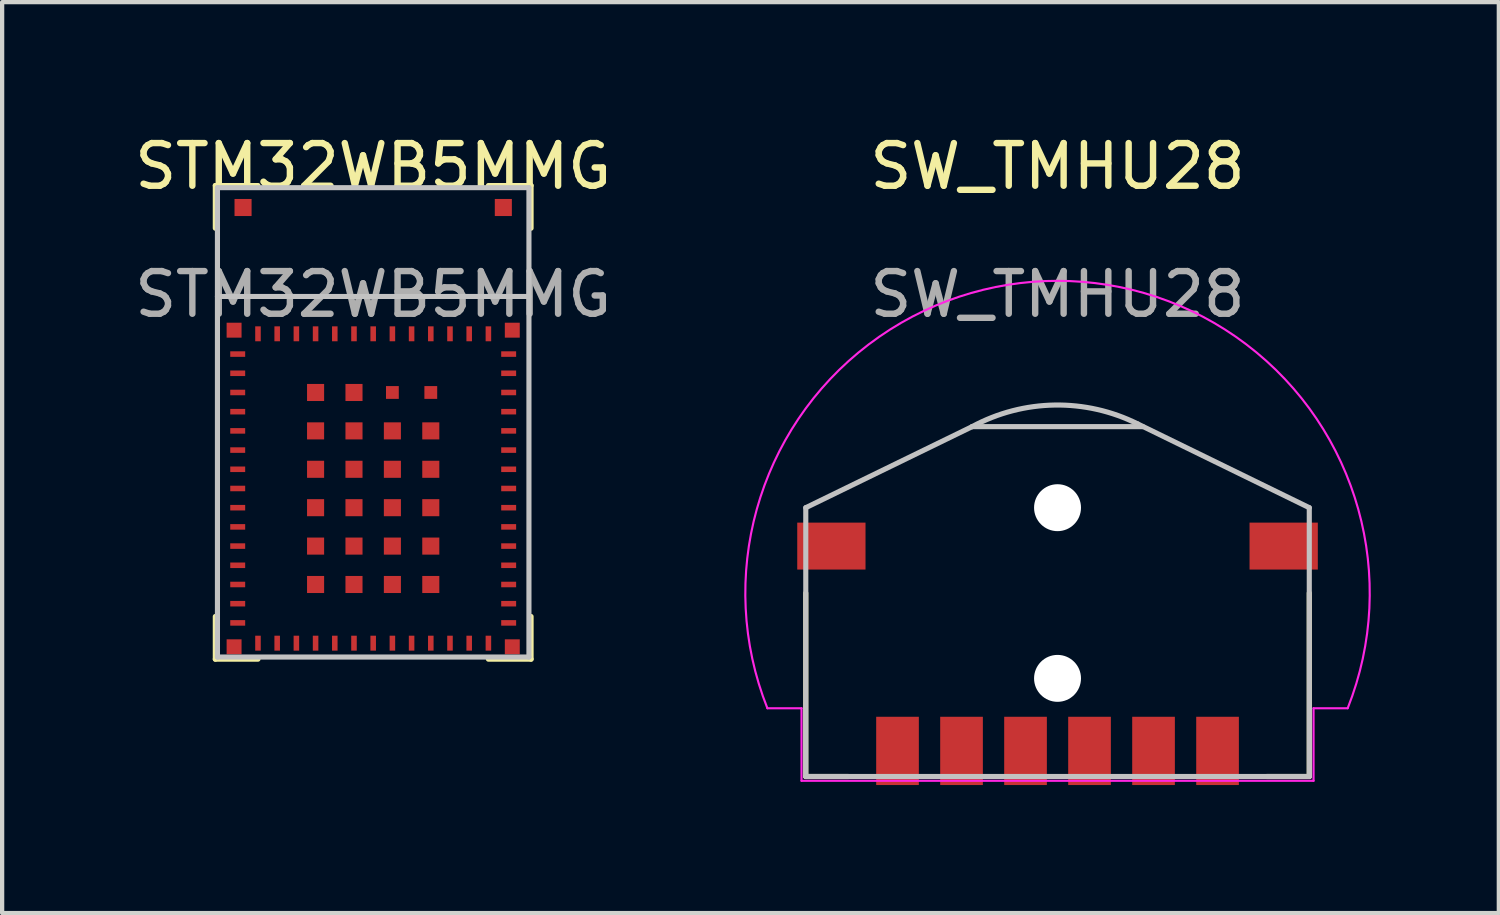
<source format=kicad_pcb>
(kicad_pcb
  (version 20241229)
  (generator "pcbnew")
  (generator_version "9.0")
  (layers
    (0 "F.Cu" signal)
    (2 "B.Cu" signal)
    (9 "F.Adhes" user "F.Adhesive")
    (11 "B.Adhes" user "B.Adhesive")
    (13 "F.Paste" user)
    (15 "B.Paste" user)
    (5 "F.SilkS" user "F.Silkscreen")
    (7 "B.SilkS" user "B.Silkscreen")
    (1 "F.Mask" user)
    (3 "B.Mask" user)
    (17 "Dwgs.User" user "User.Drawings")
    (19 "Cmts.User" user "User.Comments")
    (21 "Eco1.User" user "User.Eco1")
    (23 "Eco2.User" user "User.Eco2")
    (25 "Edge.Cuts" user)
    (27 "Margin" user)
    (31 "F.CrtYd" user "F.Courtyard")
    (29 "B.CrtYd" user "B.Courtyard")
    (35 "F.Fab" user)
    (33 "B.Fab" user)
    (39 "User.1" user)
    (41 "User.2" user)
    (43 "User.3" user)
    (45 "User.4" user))
  (footprint "STM32WB5MMG"
    (layer "F.Cu")
    (at 5.696 1.348)
    (property "Reference" "STM32WB5MMG" (at 0 -0.5 0) (unlocked yes) (layer "F.SilkS") (effects (font (size 1 1) (thickness 0.15))))
    (attr smd)
    (fp_line (start -3.7 -0.05) (end -3.7 0.95) (stroke (width 0.12) (type solid)) (layer "F.SilkS"))
    (fp_line (start -3.7 -0.05) (end -2.7 -0.05) (stroke (width 0.12) (type solid)) (layer "F.SilkS"))
    (fp_line (start -3.7 11.05) (end -3.7 10.05) (stroke (width 0.12) (type solid)) (layer "F.SilkS"))
    (fp_line (start -3.7 11.05) (end -2.7 11.05) (stroke (width 0.12) (type solid)) (layer "F.SilkS"))
    (fp_line (start 3.7 -0.05) (end 2.7 -0.05) (stroke (width 0.12) (type solid)) (layer "F.SilkS"))
    (fp_line (start 3.7 -0.05) (end 3.7 0.95) (stroke (width 0.12) (type solid)) (layer "F.SilkS"))
    (fp_line (start 3.7 11.05) (end 2.7 11.05) (stroke (width 0.12) (type solid)) (layer "F.SilkS"))
    (fp_line (start 3.7 11.05) (end 3.7 10.05) (stroke (width 0.12) (type solid)) (layer "F.SilkS"))
    (fp_line (start -3.65 0) (end 3.65 0) (stroke (width 0.12) (type solid)) (layer "Dwgs.User"))
    (fp_line (start -3.65 2.55) (end 3.65 2.55) (stroke (width 0.12) (type solid)) (layer "Dwgs.User"))
    (fp_line (start -3.65 11) (end -3.65 0) (stroke (width 0.12) (type solid)) (layer "Dwgs.User"))
    (fp_line (start 3.65 0) (end 3.65 11) (stroke (width 0.12) (type solid)) (layer "Dwgs.User"))
    (fp_line (start 3.65 11) (end -3.65 11) (stroke (width 0.12) (type solid)) (layer "Dwgs.User"))
    (fp_text user "${REFERENCE}" (at 0 2.5 0) (unlocked yes) (layer "F.Fab") (effects (font (size 1 1) (thickness 0.15))))
    (pad "1" smd rect (at -3.26 3.34) (size 0.35 0.35) (layers "F.Cu" "F.Mask" "F.Paste"))
    (pad "2" smd rect (at -3.175 3.9) (size 0.35 0.13) (layers "F.Cu" "F.Mask" "F.Paste"))
    (pad "3" smd rect (at -3.175 4.35) (size 0.35 0.13) (layers "F.Cu" "F.Mask" "F.Paste"))
    (pad "4" smd rect (at -3.175 4.8) (size 0.35 0.13) (layers "F.Cu" "F.Mask" "F.Paste"))
    (pad "5" smd rect (at -3.175 5.25) (size 0.35 0.13) (layers "F.Cu" "F.Mask" "F.Paste"))
    (pad "6" smd rect (at -3.175 5.7) (size 0.35 0.13) (layers "F.Cu" "F.Mask" "F.Paste"))
    (pad "7" smd rect (at -3.175 6.15) (size 0.35 0.13) (layers "F.Cu" "F.Mask" "F.Paste"))
    (pad "8" smd rect (at -3.175 6.6) (size 0.35 0.13) (layers "F.Cu" "F.Mask" "F.Paste"))
    (pad "9" smd rect (at -3.175 7.05) (size 0.35 0.13) (layers "F.Cu" "F.Mask" "F.Paste"))
    (pad "10" smd rect (at -3.175 7.5) (size 0.35 0.13) (layers "F.Cu" "F.Mask" "F.Paste"))
    (pad "11" smd rect (at -3.175 7.95) (size 0.35 0.13) (layers "F.Cu" "F.Mask" "F.Paste"))
    (pad "12" smd rect (at -3.175 8.4) (size 0.35 0.13) (layers "F.Cu" "F.Mask" "F.Paste"))
    (pad "13" smd rect (at -3.175 8.85) (size 0.35 0.13) (layers "F.Cu" "F.Mask" "F.Paste"))
    (pad "14" smd rect (at -3.175 9.3) (size 0.35 0.13) (layers "F.Cu" "F.Mask" "F.Paste"))
    (pad "15" smd rect (at -3.175 9.75) (size 0.35 0.13) (layers "F.Cu" "F.Mask" "F.Paste"))
    (pad "16" smd rect (at -3.175 10.2) (size 0.35 0.13) (layers "F.Cu" "F.Mask" "F.Paste"))
    (pad "17" smd rect (at -3.26 10.76) (size 0.35 0.35) (layers "F.Cu" "F.Mask" "F.Paste"))
    (pad "18" smd rect (at -2.7 10.675) (size 0.13 0.35) (layers "F.Cu" "F.Mask" "F.Paste"))
    (pad "19" smd rect (at -2.25 10.675) (size 0.13 0.35) (layers "F.Cu" "F.Mask" "F.Paste"))
    (pad "20" smd rect (at -1.8 10.675) (size 0.13 0.35) (layers "F.Cu" "F.Mask" "F.Paste"))
    (pad "21" smd rect (at -1.35 10.675) (size 0.13 0.35) (layers "F.Cu" "F.Mask" "F.Paste"))
    (pad "22" smd rect (at -0.9 10.675) (size 0.13 0.35) (layers "F.Cu" "F.Mask" "F.Paste"))
    (pad "23" smd rect (at -0.45 10.675) (size 0.13 0.35) (layers "F.Cu" "F.Mask" "F.Paste"))
    (pad "24" smd rect (at 0 10.675) (size 0.13 0.35) (layers "F.Cu" "F.Mask" "F.Paste"))
    (pad "25" smd rect (at 0.45 10.675) (size 0.13 0.35) (layers "F.Cu" "F.Mask" "F.Paste"))
    (pad "26" smd rect (at 0.9 10.675) (size 0.13 0.35) (layers "F.Cu" "F.Mask" "F.Paste"))
    (pad "27" smd rect (at 1.35 10.675) (size 0.13 0.35) (layers "F.Cu" "F.Mask" "F.Paste"))
    (pad "28" smd rect (at 1.8 10.675) (size 0.13 0.35) (layers "F.Cu" "F.Mask" "F.Paste"))
    (pad "29" smd rect (at 2.25 10.675) (size 0.13 0.35) (layers "F.Cu" "F.Mask" "F.Paste"))
    (pad "30" smd rect (at 2.7 10.675) (size 0.13 0.35) (layers "F.Cu" "F.Mask" "F.Paste"))
    (pad "31" smd rect (at 3.26 10.76) (size 0.35 0.35) (layers "F.Cu" "F.Mask" "F.Paste"))
    (pad "32" smd rect (at 3.175 10.2) (size 0.35 0.13) (layers "F.Cu" "F.Mask" "F.Paste"))
    (pad "33" smd rect (at 3.175 9.75) (size 0.35 0.13) (layers "F.Cu" "F.Mask" "F.Paste"))
    (pad "34" smd rect (at 3.175 9.3) (size 0.35 0.13) (layers "F.Cu" "F.Mask" "F.Paste"))
    (pad "35" smd rect (at 3.175 8.85) (size 0.35 0.13) (layers "F.Cu" "F.Mask" "F.Paste"))
    (pad "36" smd rect (at 3.175 8.4) (size 0.35 0.13) (layers "F.Cu" "F.Mask" "F.Paste"))
    (pad "37" smd rect (at 3.175 7.95) (size 0.35 0.13) (layers "F.Cu" "F.Mask" "F.Paste"))
    (pad "38" smd rect (at 3.175 7.5) (size 0.35 0.13) (layers "F.Cu" "F.Mask" "F.Paste"))
    (pad "39" smd rect (at 3.175 7.05) (size 0.35 0.13) (layers "F.Cu" "F.Mask" "F.Paste"))
    (pad "40" smd rect (at 3.175 6.6) (size 0.35 0.13) (layers "F.Cu" "F.Mask" "F.Paste"))
    (pad "41" smd rect (at 3.175 6.15) (size 0.35 0.13) (layers "F.Cu" "F.Mask" "F.Paste"))
    (pad "42" smd rect (at 3.175 5.7) (size 0.35 0.13) (layers "F.Cu" "F.Mask" "F.Paste"))
    (pad "43" smd rect (at 3.175 5.25) (size 0.35 0.13) (layers "F.Cu" "F.Mask" "F.Paste"))
    (pad "44" smd rect (at 3.175 4.8) (size 0.35 0.13) (layers "F.Cu" "F.Mask" "F.Paste"))
    (pad "45" smd rect (at 3.175 4.35) (size 0.35 0.13) (layers "F.Cu" "F.Mask" "F.Paste"))
    (pad "46" smd rect (at 3.175 3.9) (size 0.35 0.13) (layers "F.Cu" "F.Mask" "F.Paste"))
    (pad "47" smd rect (at 3.26 3.34) (size 0.35 0.35) (layers "F.Cu" "F.Mask" "F.Paste"))
    (pad "48" smd rect (at 2.7 3.425) (size 0.13 0.35) (layers "F.Cu" "F.Mask" "F.Paste"))
    (pad "49" smd rect (at 2.25 3.425) (size 0.13 0.35) (layers "F.Cu" "F.Mask" "F.Paste"))
    (pad "50" smd rect (at 1.8 3.425) (size 0.13 0.35) (layers "F.Cu" "F.Mask" "F.Paste"))
    (pad "51" smd rect (at 1.35 3.425) (size 0.13 0.35) (layers "F.Cu" "F.Mask" "F.Paste"))
    (pad "52" smd rect (at 0.9 3.425) (size 0.13 0.35) (layers "F.Cu" "F.Mask" "F.Paste"))
    (pad "53" smd rect (at 0.45 3.425) (size 0.13 0.35) (layers "F.Cu" "F.Mask" "F.Paste"))
    (pad "54" smd rect (at 0 3.425) (size 0.13 0.35) (layers "F.Cu" "F.Mask" "F.Paste"))
    (pad "55" smd rect (at -0.45 3.425) (size 0.13 0.35) (layers "F.Cu" "F.Mask" "F.Paste"))
    (pad "56" smd rect (at -0.9 3.425) (size 0.13 0.35) (layers "F.Cu" "F.Mask" "F.Paste"))
    (pad "57" smd rect (at -1.35 3.425) (size 0.13 0.35) (layers "F.Cu" "F.Mask" "F.Paste"))
    (pad "58" smd rect (at -1.8 3.425) (size 0.13 0.35) (layers "F.Cu" "F.Mask" "F.Paste"))
    (pad "59" smd rect (at -2.25 3.425) (size 0.13 0.35) (layers "F.Cu" "F.Mask" "F.Paste"))
    (pad "60" smd rect (at -2.7 3.425) (size 0.13 0.35) (layers "F.Cu" "F.Mask" "F.Paste"))
    (pad "61" smd rect (at -1.35 4.8) (size 0.4 0.4) (layers "F.Cu" "F.Mask" "F.Paste"))
    (pad "62" smd rect (at -1.35 5.7) (size 0.4 0.4) (layers "F.Cu" "F.Mask" "F.Paste"))
    (pad "63" smd rect (at -1.35 6.6) (size 0.4 0.4) (layers "F.Cu" "F.Mask" "F.Paste"))
    (pad "64" smd rect (at -1.35 7.5) (size 0.4 0.4) (layers "F.Cu" "F.Mask" "F.Paste"))
    (pad "65" smd rect (at -1.35 8.4) (size 0.4 0.4) (layers "F.Cu" "F.Mask" "F.Paste"))
    (pad "66" smd rect (at -1.35 9.3) (size 0.4 0.4) (layers "F.Cu" "F.Mask" "F.Paste"))
    (pad "67" smd rect (at -0.45 9.3) (size 0.4 0.4) (layers "F.Cu" "F.Mask" "F.Paste"))
    (pad "68" smd rect (at 0.45 9.3) (size 0.4 0.4) (layers "F.Cu" "F.Mask" "F.Paste"))
    (pad "69" smd rect (at 1.35 9.3) (size 0.4 0.4) (layers "F.Cu" "F.Mask" "F.Paste"))
    (pad "70" smd rect (at 1.35 8.4) (size 0.4 0.4) (layers "F.Cu" "F.Mask" "F.Paste"))
    (pad "71" smd rect (at 1.35 7.5) (size 0.4 0.4) (layers "F.Cu" "F.Mask" "F.Paste"))
    (pad "72" smd rect (at 1.35 6.6) (size 0.4 0.4) (layers "F.Cu" "F.Mask" "F.Paste"))
    (pad "73" smd rect (at 1.35 5.7) (size 0.4 0.4) (layers "F.Cu" "F.Mask" "F.Paste"))
    (pad "74" smd rect (at 1.35 4.8) (size 0.3 0.3) (layers "F.Cu" "F.Mask" "F.Paste"))
    (pad "75" smd rect (at 0.45 4.8) (size 0.3 0.3) (layers "F.Cu" "F.Mask" "F.Paste"))
    (pad "76" smd rect (at -0.45 4.8) (size 0.4 0.4) (layers "F.Cu" "F.Mask" "F.Paste"))
    (pad "77" smd rect (at -0.45 5.7) (size 0.4 0.4) (layers "F.Cu" "F.Mask" "F.Paste"))
    (pad "78" smd rect (at -0.45 6.6) (size 0.4 0.4) (layers "F.Cu" "F.Mask" "F.Paste"))
    (pad "79" smd rect (at -0.45 7.5) (size 0.4 0.4) (layers "F.Cu" "F.Mask" "F.Paste"))
    (pad "80" smd rect (at -0.45 8.4) (size 0.4 0.4) (layers "F.Cu" "F.Mask" "F.Paste"))
    (pad "81" smd rect (at 0.45 8.4) (size 0.4 0.4) (layers "F.Cu" "F.Mask" "F.Paste"))
    (pad "82" smd rect (at 0.45 7.5) (size 0.4 0.4) (layers "F.Cu" "F.Mask" "F.Paste"))
    (pad "83" smd rect (at 0.45 6.6) (size 0.4 0.4) (layers "F.Cu" "F.Mask" "F.Paste"))
    (pad "84" smd rect (at 0.45 5.7) (size 0.4 0.4) (layers "F.Cu" "F.Mask" "F.Paste"))
    (pad "85" smd rect (at -3.05 0.465) (size 0.4 0.4) (layers "F.Cu" "F.Mask" "F.Paste"))
    (pad "86" smd rect (at 3.05 0.465) (size 0.4 0.4) (layers "F.Cu" "F.Mask" "F.Paste")))
  (footprint "SW_TMHU28"
    (layer "F.Cu")
    (at 21.734 10.848)
    (property "Reference" "SW_TMHU28" (at 0 -10 0) (unlocked yes) (layer "F.SilkS") (effects (font (size 1 1) (thickness 0.15))))
    (attr smd)
    (fp_line (start -5.9 4.3) (end -5.9 0) (stroke (width 0.12) (type solid)) (layer "F.SilkS"))
    (fp_line (start -5.9 4.3) (end -4.9 4.3) (stroke (width 0.12) (type solid)) (layer "F.SilkS"))
    (fp_line (start 5.9 4.3) (end 4.9 4.3) (stroke (width 0.12) (type solid)) (layer "F.SilkS"))
    (fp_line (start 5.9 4.3) (end 5.9 0) (stroke (width 0.12) (type solid)) (layer "F.SilkS"))
    (fp_line (start -5.9 -2) (end -5.9 4.3) (stroke (width 0.12) (type solid)) (layer "Dwgs.User"))
    (fp_line (start -5.9 -2) (end -2 -3.9) (stroke (width 0.12) (type solid)) (layer "Dwgs.User"))
    (fp_line (start -5.9 4.3) (end 5.9 4.3) (stroke (width 0.12) (type solid)) (layer "Dwgs.User"))
    (fp_line (start -2 -3.9) (end 2 -3.9) (stroke (width 0.12) (type solid)) (layer "Dwgs.User"))
    (fp_line (start 1.881 -3.962) (end 5.9 -2) (stroke (width 0.12) (type solid)) (layer "Dwgs.User"))
    (fp_line (start 5.9 4.3) (end 5.9 -2) (stroke (width 0.12) (type solid)) (layer "Dwgs.User"))
    (fp_arc (start -2 -3.9) (mid -0.067091 -4.405413) (end 1.880957 -3.961914) (stroke (width 0.12) (type solid)) (layer "Dwgs.User"))
    (fp_line (start -6.8 2.7) (end -6 2.7) (stroke (width 0.05) (type solid)) (layer "F.CrtYd"))
    (fp_line (start -6 2.7) (end -6 4.4) (stroke (width 0.05) (type solid)) (layer "F.CrtYd"))
    (fp_line (start -6 4.4) (end 6 4.4) (stroke (width 0.05) (type solid)) (layer "F.CrtYd"))
    (fp_line (start 6 2.7) (end 6.8 2.7) (stroke (width 0.05) (type solid)) (layer "F.CrtYd"))
    (fp_line (start 6 4.4) (end 6 2.7) (stroke (width 0.05) (type solid)) (layer "F.CrtYd"))
    (fp_arc (start -6.799999 2.7) (mid 0 -7.316419) (end 6.799999 2.7) (stroke (width 0.05) (type solid)) (layer "F.CrtYd"))
    (fp_text user "${REFERENCE}" (at 0 -7 0) (unlocked yes) (layer "F.Fab") (effects (font (size 1 1) (thickness 0.15))))
    (pad "" np_thru_hole circle (at 0 -2) (size 1.1 1.1) (drill 1.1) (layers "*.Cu" "*.Mask"))
    (pad "" np_thru_hole circle (at 0 2) (size 1.1 1.1) (drill 1.1) (layers "*.Cu" "*.Mask"))
    (pad "1" smd rect (at -3.75 3.7) (size 1 1.6) (layers "F.Cu" "F.Mask" "F.Paste"))
    (pad "2" smd rect (at -2.25 3.7) (size 1 1.6) (layers "F.Cu" "F.Mask" "F.Paste"))
    (pad "3" smd rect (at -0.75 3.7) (size 1 1.6) (layers "F.Cu" "F.Mask" "F.Paste"))
    (pad "4" smd rect (at 0.75 3.7) (size 1 1.6) (layers "F.Cu" "F.Mask" "F.Paste"))
    (pad "5" smd rect (at 2.25 3.7) (size 1 1.6) (layers "F.Cu" "F.Mask" "F.Paste"))
    (pad "6" smd rect (at 3.75 3.7) (size 1 1.6) (layers "F.Cu" "F.Mask" "F.Paste"))
    (pad "6" smd rect (at 5.3 -1.1) (size 1.6 1.1) (layers "F.Cu" "F.Mask" "F.Paste"))
    (pad "7" smd rect (at -5.3 -1.1) (size 1.6 1.1) (layers "F.Cu" "F.Mask" "F.Paste")))
  (gr_rect
    (start -3 -3)
    (end 32.076 18.348)
    (stroke (width 0.1) (type default))
    (fill no)
    (layer "Edge.Cuts")))
</source>
